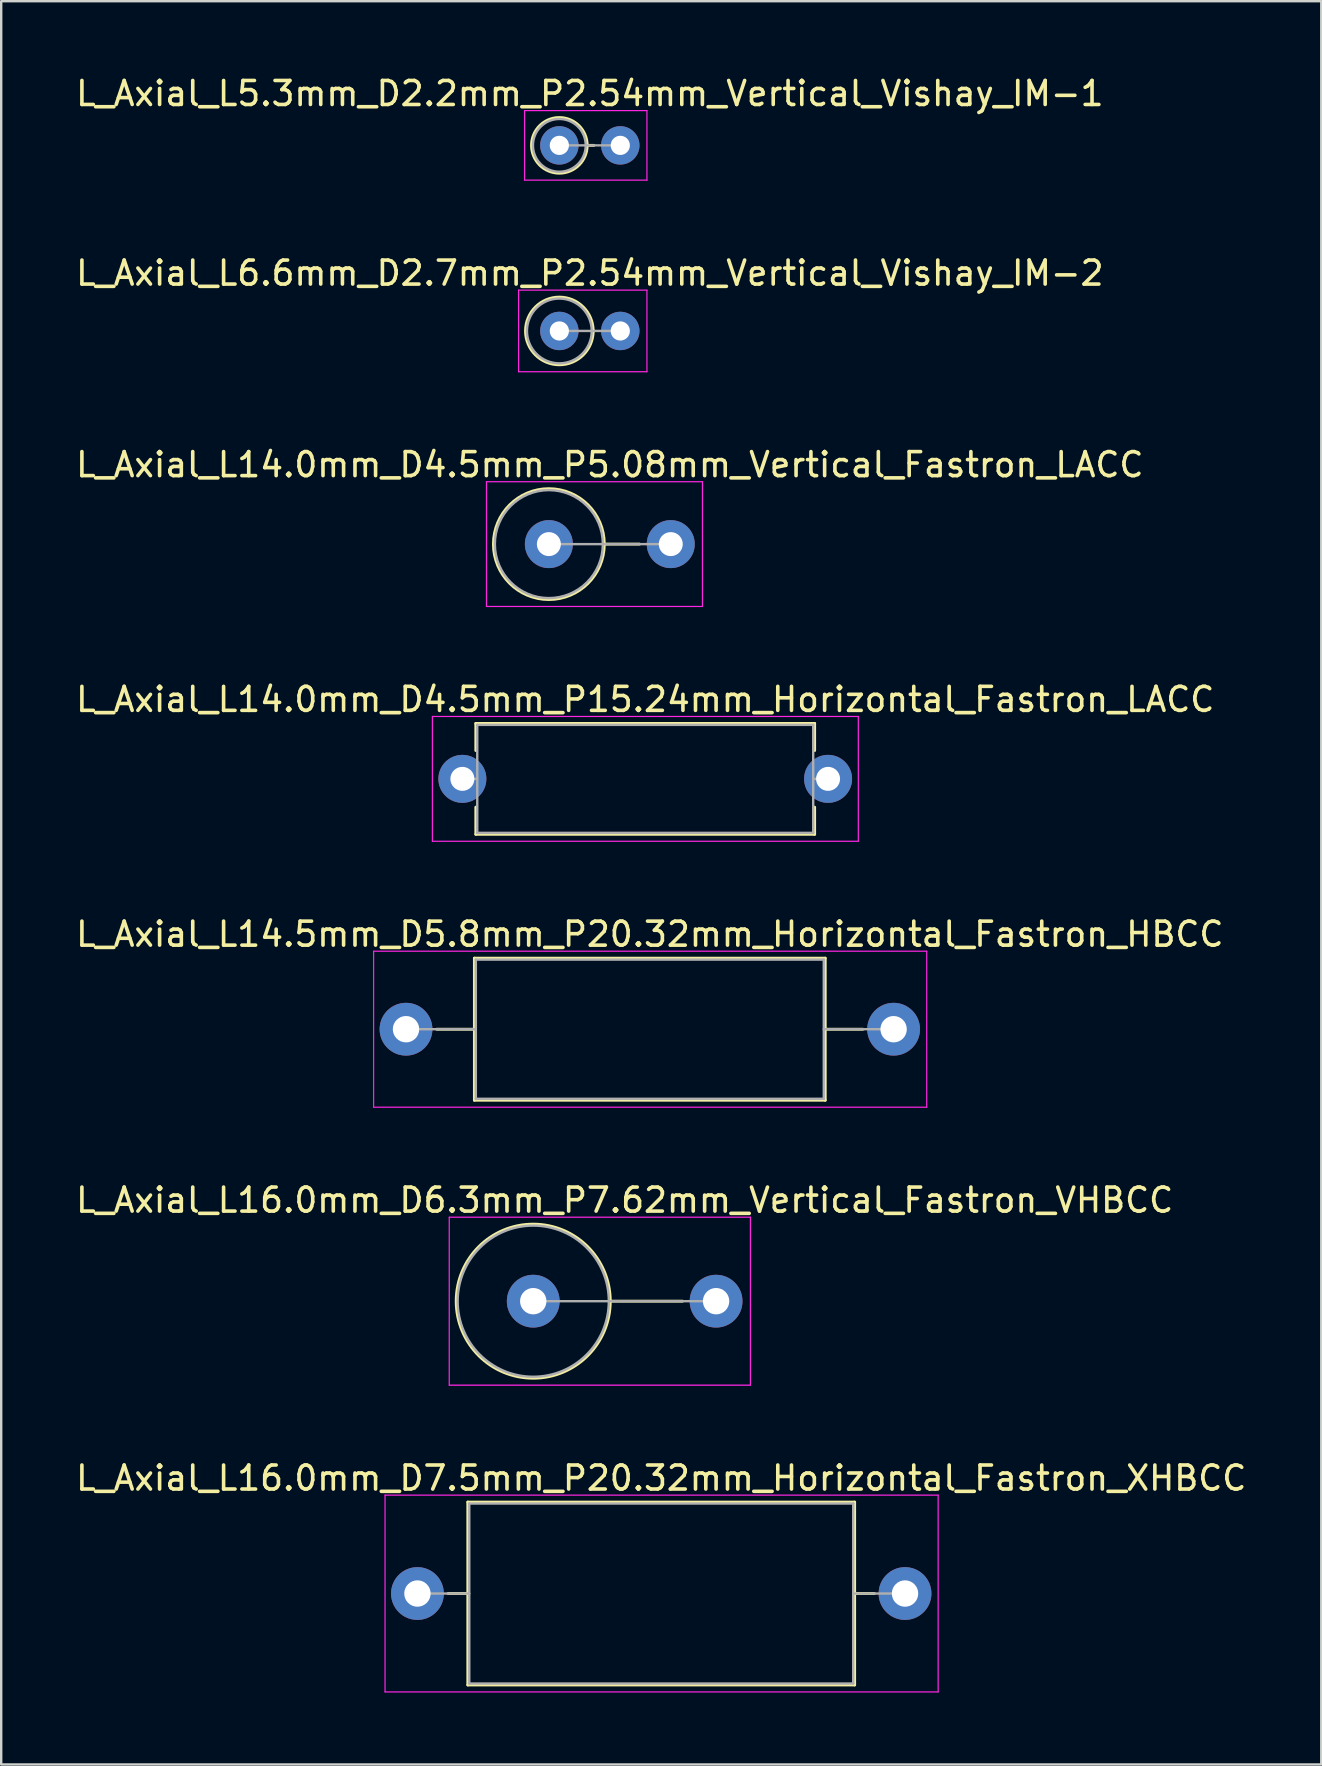
<source format=kicad_pcb>
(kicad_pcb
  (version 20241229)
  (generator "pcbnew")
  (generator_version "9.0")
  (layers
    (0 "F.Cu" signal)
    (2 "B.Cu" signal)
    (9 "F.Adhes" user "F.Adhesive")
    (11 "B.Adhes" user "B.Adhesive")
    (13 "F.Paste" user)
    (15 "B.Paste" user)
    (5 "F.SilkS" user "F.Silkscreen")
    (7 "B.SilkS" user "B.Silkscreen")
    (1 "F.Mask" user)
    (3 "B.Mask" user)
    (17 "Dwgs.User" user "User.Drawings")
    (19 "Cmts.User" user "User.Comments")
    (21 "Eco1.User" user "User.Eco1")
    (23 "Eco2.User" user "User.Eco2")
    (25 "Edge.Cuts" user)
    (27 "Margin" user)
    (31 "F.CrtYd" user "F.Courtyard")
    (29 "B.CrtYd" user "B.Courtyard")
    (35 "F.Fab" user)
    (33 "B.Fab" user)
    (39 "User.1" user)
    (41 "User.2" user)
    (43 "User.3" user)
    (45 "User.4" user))
  (footprint "L_Axial_L14.0mm_D4.5mm_P5.08mm_Vertical_Fastron_LACC"
    (layer "F.Cu")
    (at 19.823 19.625)
    (property "Reference" "L_Axial_L14.0mm_D4.5mm_P5.08mm_Vertical_Fastron_LACC" (at 2.54 -3.31 0) (layer "F.SilkS") (effects (font (size 1 1) (thickness 0.15))))
    (attr through_hole)
    (fp_line (start 2.31 0) (end 3.78 0) (stroke (width 0.12) (type solid)) (layer "F.SilkS"))
    (fp_circle (center 0 0) (end 2.31 0) (stroke (width 0.12) (type solid)) (fill no) (layer "F.SilkS"))
    (fp_line (start -2.6 -2.6) (end -2.6 2.6) (stroke (width 0.05) (type solid)) (layer "F.CrtYd"))
    (fp_line (start -2.6 2.6) (end 6.4 2.6) (stroke (width 0.05) (type solid)) (layer "F.CrtYd"))
    (fp_line (start 6.4 -2.6) (end -2.6 -2.6) (stroke (width 0.05) (type solid)) (layer "F.CrtYd"))
    (fp_line (start 6.4 2.6) (end 6.4 -2.6) (stroke (width 0.05) (type solid)) (layer "F.CrtYd"))
    (fp_line (start 0 0) (end 5.08 0) (stroke (width 0.1) (type solid)) (layer "F.Fab"))
    (fp_circle (center 0 0) (end 2.25 0) (stroke (width 0.1) (type solid)) (fill no) (layer "F.Fab"))
    (pad "1" thru_hole circle (at 0 0) (size 2 2) (drill 1) (layers "*.Cu" "*.Mask"))
    (pad "2" thru_hole oval (at 5.08 0) (size 2 2) (drill 1) (layers "*.Cu" "*.Mask")))
  (footprint "L_Axial_L5.3mm_D2.2mm_P2.54mm_Vertical_Vishay_IM-1"
    (layer "F.Cu")
    (at 20.26 3.008)
    (property "Reference" "L_Axial_L5.3mm_D2.2mm_P2.54mm_Vertical_Vishay_IM-1" (at 1.27 -2.16 0) (layer "F.SilkS") (effects (font (size 1 1) (thickness 0.15))))
    (attr through_hole)
    (fp_line (start 1.16 0) (end 1.44 0) (stroke (width 0.12) (type solid)) (layer "F.SilkS"))
    (fp_circle (center 0 0) (end 1.16 0) (stroke (width 0.12) (type solid)) (fill no) (layer "F.SilkS"))
    (fp_line (start -1.45 -1.45) (end -1.45 1.45) (stroke (width 0.05) (type solid)) (layer "F.CrtYd"))
    (fp_line (start -1.45 1.45) (end 3.65 1.45) (stroke (width 0.05) (type solid)) (layer "F.CrtYd"))
    (fp_line (start 3.65 -1.45) (end -1.45 -1.45) (stroke (width 0.05) (type solid)) (layer "F.CrtYd"))
    (fp_line (start 3.65 1.45) (end 3.65 -1.45) (stroke (width 0.05) (type solid)) (layer "F.CrtYd"))
    (fp_line (start 0 0) (end 2.54 0) (stroke (width 0.1) (type solid)) (layer "F.Fab"))
    (fp_circle (center 0 0) (end 1.1 0) (stroke (width 0.1) (type solid)) (fill no) (layer "F.Fab"))
    (pad "1" thru_hole circle (at 0 0) (size 1.6 1.6) (drill 0.8) (layers "*.Cu" "*.Mask"))
    (pad "2" thru_hole oval (at 2.54 0) (size 1.6 1.6) (drill 0.8) (layers "*.Cu" "*.Mask")))
  (footprint "L_Axial_L14.5mm_D5.8mm_P20.32mm_Horizontal_Fastron_HBCC"
    (layer "F.Cu")
    (at 13.87 39.841)
    (property "Reference" "L_Axial_L14.5mm_D5.8mm_P20.32mm_Horizontal_Fastron_HBCC" (at 10.16 -3.96 0) (layer "F.SilkS") (effects (font (size 1 1) (thickness 0.15))))
    (attr through_hole)
    (fp_line (start 1.28 0) (end 2.85 0) (stroke (width 0.12) (type solid)) (layer "F.SilkS"))
    (fp_line (start 2.85 -2.96) (end 2.85 2.96) (stroke (width 0.12) (type solid)) (layer "F.SilkS"))
    (fp_line (start 2.85 2.96) (end 17.47 2.96) (stroke (width 0.12) (type solid)) (layer "F.SilkS"))
    (fp_line (start 17.47 -2.96) (end 2.85 -2.96) (stroke (width 0.12) (type solid)) (layer "F.SilkS"))
    (fp_line (start 17.47 2.96) (end 17.47 -2.96) (stroke (width 0.12) (type solid)) (layer "F.SilkS"))
    (fp_line (start 19.04 0) (end 17.47 0) (stroke (width 0.12) (type solid)) (layer "F.SilkS"))
    (fp_line (start -1.35 -3.25) (end -1.35 3.25) (stroke (width 0.05) (type solid)) (layer "F.CrtYd"))
    (fp_line (start -1.35 3.25) (end 21.7 3.25) (stroke (width 0.05) (type solid)) (layer "F.CrtYd"))
    (fp_line (start 21.7 -3.25) (end -1.35 -3.25) (stroke (width 0.05) (type solid)) (layer "F.CrtYd"))
    (fp_line (start 21.7 3.25) (end 21.7 -3.25) (stroke (width 0.05) (type solid)) (layer "F.CrtYd"))
    (fp_line (start 0 0) (end 2.91 0) (stroke (width 0.1) (type solid)) (layer "F.Fab"))
    (fp_line (start 2.91 -2.9) (end 2.91 2.9) (stroke (width 0.1) (type solid)) (layer "F.Fab"))
    (fp_line (start 2.91 2.9) (end 17.41 2.9) (stroke (width 0.1) (type solid)) (layer "F.Fab"))
    (fp_line (start 17.41 -2.9) (end 2.91 -2.9) (stroke (width 0.1) (type solid)) (layer "F.Fab"))
    (fp_line (start 17.41 2.9) (end 17.41 -2.9) (stroke (width 0.1) (type solid)) (layer "F.Fab"))
    (fp_line (start 20.32 0) (end 17.41 0) (stroke (width 0.1) (type solid)) (layer "F.Fab"))
    (pad "1" thru_hole circle (at 0 0) (size 2.2 2.2) (drill 1.1) (layers "*.Cu" "*.Mask"))
    (pad "2" thru_hole oval (at 20.32 0) (size 2.2 2.2) (drill 1.1) (layers "*.Cu" "*.Mask")))
  (footprint "L_Axial_L6.6mm_D2.7mm_P2.54mm_Vertical_Vishay_IM-2"
    (layer "F.Cu")
    (at 20.26 10.742)
    (property "Reference" "L_Axial_L6.6mm_D2.7mm_P2.54mm_Vertical_Vishay_IM-2" (at 1.27 -2.41 0) (layer "F.SilkS") (effects (font (size 1 1) (thickness 0.15))))
    (attr through_hole)
    (fp_line (start 1.41 0) (end 1.44 0) (stroke (width 0.12) (type solid)) (layer "F.SilkS"))
    (fp_circle (center 0 0) (end 1.41 0) (stroke (width 0.12) (type solid)) (fill no) (layer "F.SilkS"))
    (fp_line (start -1.7 -1.7) (end -1.7 1.7) (stroke (width 0.05) (type solid)) (layer "F.CrtYd"))
    (fp_line (start -1.7 1.7) (end 3.65 1.7) (stroke (width 0.05) (type solid)) (layer "F.CrtYd"))
    (fp_line (start 3.65 -1.7) (end -1.7 -1.7) (stroke (width 0.05) (type solid)) (layer "F.CrtYd"))
    (fp_line (start 3.65 1.7) (end 3.65 -1.7) (stroke (width 0.05) (type solid)) (layer "F.CrtYd"))
    (fp_line (start 0 0) (end 2.54 0) (stroke (width 0.1) (type solid)) (layer "F.Fab"))
    (fp_circle (center 0 0) (end 1.35 0) (stroke (width 0.1) (type solid)) (fill no) (layer "F.Fab"))
    (pad "1" thru_hole circle (at 0 0) (size 1.6 1.6) (drill 0.8) (layers "*.Cu" "*.Mask"))
    (pad "2" thru_hole oval (at 2.54 0) (size 1.6 1.6) (drill 0.8) (layers "*.Cu" "*.Mask")))
  (footprint "L_Axial_L16.0mm_D6.3mm_P7.62mm_Vertical_Fastron_VHBCC"
    (layer "F.Cu")
    (at 19.172 51.175)
    (property "Reference" "L_Axial_L16.0mm_D6.3mm_P7.62mm_Vertical_Fastron_VHBCC" (at 3.81 -4.21 0) (layer "F.SilkS") (effects (font (size 1 1) (thickness 0.15))))
    (attr through_hole)
    (fp_line (start 3.21 0) (end 6.22 0) (stroke (width 0.12) (type solid)) (layer "F.SilkS"))
    (fp_circle (center 0 0) (end 3.21 0) (stroke (width 0.12) (type solid)) (fill no) (layer "F.SilkS"))
    (fp_line (start -3.5 -3.5) (end -3.5 3.5) (stroke (width 0.05) (type solid)) (layer "F.CrtYd"))
    (fp_line (start -3.5 3.5) (end 9.05 3.5) (stroke (width 0.05) (type solid)) (layer "F.CrtYd"))
    (fp_line (start 9.05 -3.5) (end -3.5 -3.5) (stroke (width 0.05) (type solid)) (layer "F.CrtYd"))
    (fp_line (start 9.05 3.5) (end 9.05 -3.5) (stroke (width 0.05) (type solid)) (layer "F.CrtYd"))
    (fp_line (start 0 0) (end 7.62 0) (stroke (width 0.1) (type solid)) (layer "F.Fab"))
    (fp_circle (center 0 0) (end 3.15 0) (stroke (width 0.1) (type solid)) (fill no) (layer "F.Fab"))
    (pad "1" thru_hole circle (at 0 0) (size 2.2 2.2) (drill 1.1) (layers "*.Cu" "*.Mask"))
    (pad "2" thru_hole oval (at 7.62 0) (size 2.2 2.2) (drill 1.1) (layers "*.Cu" "*.Mask")))
  (footprint "L_Axial_L14.0mm_D4.5mm_P15.24mm_Horizontal_Fastron_LACC"
    (layer "F.Cu")
    (at 16.219 29.408)
    (property "Reference" "L_Axial_L14.0mm_D4.5mm_P15.24mm_Horizontal_Fastron_LACC" (at 7.62 -3.31 0) (layer "F.SilkS") (effects (font (size 1 1) (thickness 0.15))))
    (attr through_hole)
    (fp_line (start 0.56 -2.31) (end 14.68 -2.31) (stroke (width 0.12) (type solid)) (layer "F.SilkS"))
    (fp_line (start 0.56 -1.18) (end 0.56 -2.31) (stroke (width 0.12) (type solid)) (layer "F.SilkS"))
    (fp_line (start 0.56 1.18) (end 0.56 2.31) (stroke (width 0.12) (type solid)) (layer "F.SilkS"))
    (fp_line (start 0.56 2.31) (end 14.68 2.31) (stroke (width 0.12) (type solid)) (layer "F.SilkS"))
    (fp_line (start 14.68 -2.31) (end 14.68 -1.18) (stroke (width 0.12) (type solid)) (layer "F.SilkS"))
    (fp_line (start 14.68 2.31) (end 14.68 1.18) (stroke (width 0.12) (type solid)) (layer "F.SilkS"))
    (fp_line (start -1.25 -2.6) (end -1.25 2.6) (stroke (width 0.05) (type solid)) (layer "F.CrtYd"))
    (fp_line (start -1.25 2.6) (end 16.5 2.6) (stroke (width 0.05) (type solid)) (layer "F.CrtYd"))
    (fp_line (start 16.5 -2.6) (end -1.25 -2.6) (stroke (width 0.05) (type solid)) (layer "F.CrtYd"))
    (fp_line (start 16.5 2.6) (end 16.5 -2.6) (stroke (width 0.05) (type solid)) (layer "F.CrtYd"))
    (fp_line (start 0 0) (end 0.62 0) (stroke (width 0.1) (type solid)) (layer "F.Fab"))
    (fp_line (start 0.62 -2.25) (end 0.62 2.25) (stroke (width 0.1) (type solid)) (layer "F.Fab"))
    (fp_line (start 0.62 2.25) (end 14.62 2.25) (stroke (width 0.1) (type solid)) (layer "F.Fab"))
    (fp_line (start 14.62 -2.25) (end 0.62 -2.25) (stroke (width 0.1) (type solid)) (layer "F.Fab"))
    (fp_line (start 14.62 2.25) (end 14.62 -2.25) (stroke (width 0.1) (type solid)) (layer "F.Fab"))
    (fp_line (start 15.24 0) (end 14.62 0) (stroke (width 0.1) (type solid)) (layer "F.Fab"))
    (pad "1" thru_hole circle (at 0 0) (size 2 2) (drill 1) (layers "*.Cu" "*.Mask"))
    (pad "2" thru_hole oval (at 15.24 0) (size 2 2) (drill 1) (layers "*.Cu" "*.Mask")))
  (footprint "L_Axial_L16.0mm_D7.5mm_P20.32mm_Horizontal_Fastron_XHBCC"
    (layer "F.Cu")
    (at 14.346 63.358)
    (property "Reference" "L_Axial_L16.0mm_D7.5mm_P20.32mm_Horizontal_Fastron_XHBCC" (at 10.16 -4.81 0) (layer "F.SilkS") (effects (font (size 1 1) (thickness 0.15))))
    (attr through_hole)
    (fp_line (start 1.28 0) (end 2.1 0) (stroke (width 0.12) (type solid)) (layer "F.SilkS"))
    (fp_line (start 2.1 -3.81) (end 2.1 3.81) (stroke (width 0.12) (type solid)) (layer "F.SilkS"))
    (fp_line (start 2.1 3.81) (end 18.22 3.81) (stroke (width 0.12) (type solid)) (layer "F.SilkS"))
    (fp_line (start 18.22 -3.81) (end 2.1 -3.81) (stroke (width 0.12) (type solid)) (layer "F.SilkS"))
    (fp_line (start 18.22 3.81) (end 18.22 -3.81) (stroke (width 0.12) (type solid)) (layer "F.SilkS"))
    (fp_line (start 19.04 0) (end 18.22 0) (stroke (width 0.12) (type solid)) (layer "F.SilkS"))
    (fp_line (start -1.35 -4.1) (end -1.35 4.1) (stroke (width 0.05) (type solid)) (layer "F.CrtYd"))
    (fp_line (start -1.35 4.1) (end 21.7 4.1) (stroke (width 0.05) (type solid)) (layer "F.CrtYd"))
    (fp_line (start 21.7 -4.1) (end -1.35 -4.1) (stroke (width 0.05) (type solid)) (layer "F.CrtYd"))
    (fp_line (start 21.7 4.1) (end 21.7 -4.1) (stroke (width 0.05) (type solid)) (layer "F.CrtYd"))
    (fp_line (start 0 0) (end 2.16 0) (stroke (width 0.1) (type solid)) (layer "F.Fab"))
    (fp_line (start 2.16 -3.75) (end 2.16 3.75) (stroke (width 0.1) (type solid)) (layer "F.Fab"))
    (fp_line (start 2.16 3.75) (end 18.16 3.75) (stroke (width 0.1) (type solid)) (layer "F.Fab"))
    (fp_line (start 18.16 -3.75) (end 2.16 -3.75) (stroke (width 0.1) (type solid)) (layer "F.Fab"))
    (fp_line (start 18.16 3.75) (end 18.16 -3.75) (stroke (width 0.1) (type solid)) (layer "F.Fab"))
    (fp_line (start 20.32 0) (end 18.16 0) (stroke (width 0.1) (type solid)) (layer "F.Fab"))
    (pad "1" thru_hole circle (at 0 0) (size 2.2 2.2) (drill 1.1) (layers "*.Cu" "*.Mask"))
    (pad "2" thru_hole oval (at 20.32 0) (size 2.2 2.2) (drill 1.1) (layers "*.Cu" "*.Mask")))
  (gr_rect
    (start -3 -3)
    (end 52.012 70.483)
    (stroke (width 0.1) (type default))
    (fill no)
    (layer "Edge.Cuts")))
</source>
